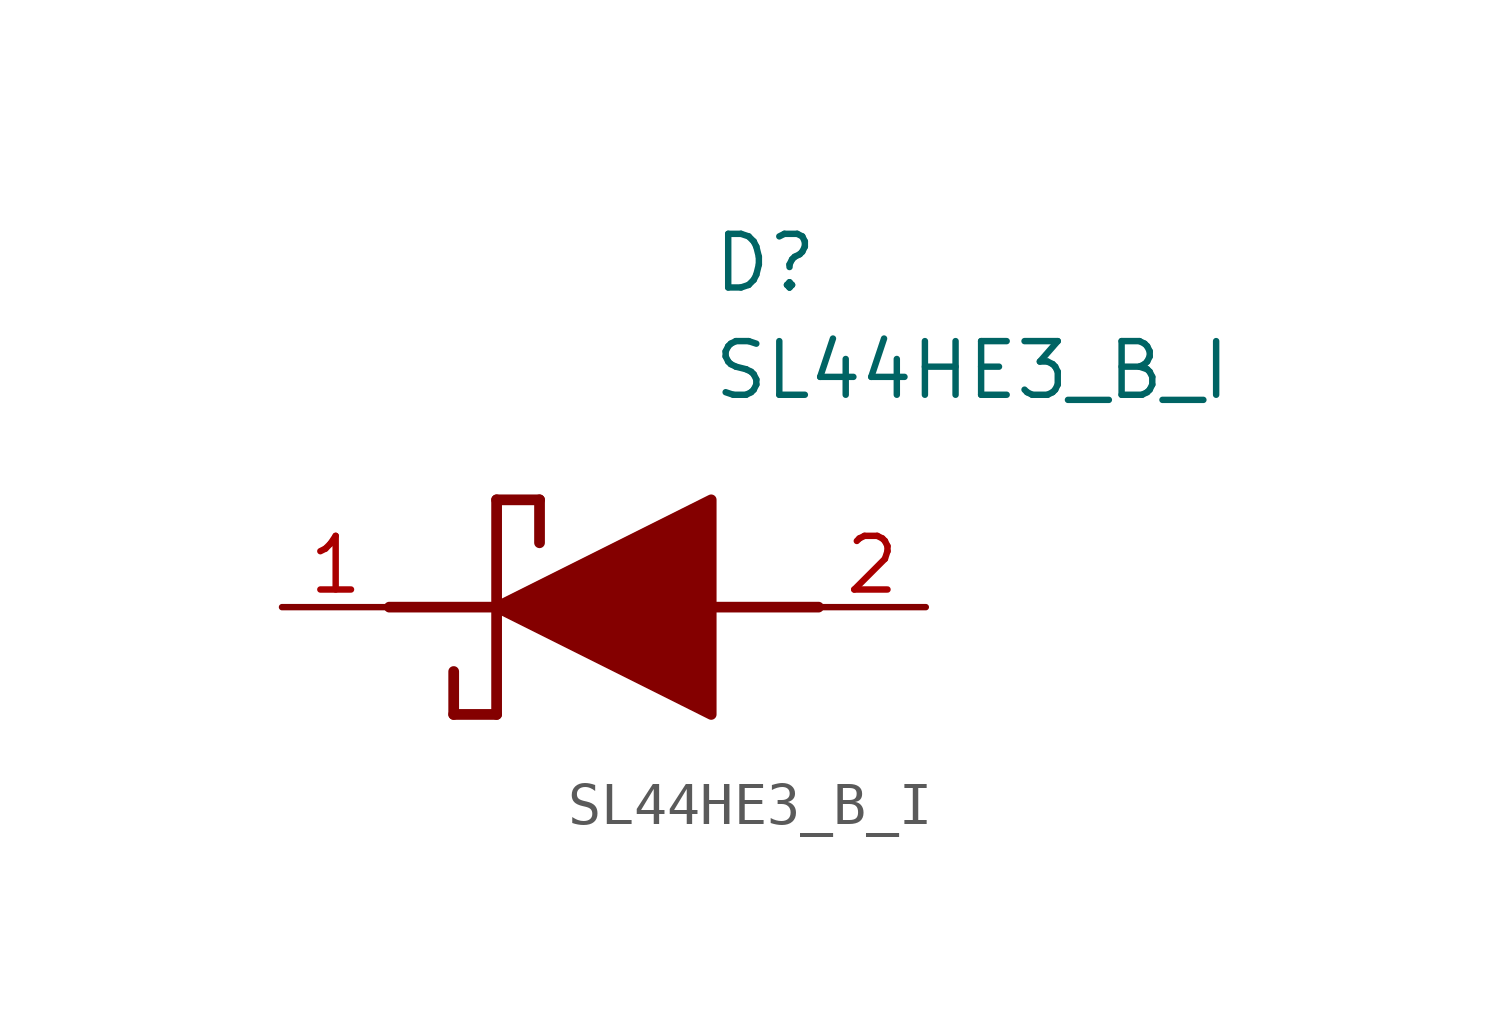
<source format=kicad_sym>
(kicad_symbol_lib
  (version 20211014)
  (generator SamacSys_ECAD_Model)
  (symbol "SL44HE3_B_I"
    (pin_names hide)
    (property "Reference" "D"
      (at 12.7 8.89 0)
      (effects (font (size 1.27 1.27)) (justify left top)))
    (property "Value" "SL44HE3_B_I"
      (at 12.7 6.35 0)
      (effects (font (size 1.27 1.27)) (justify left top)))
    (polyline
      (pts (xy 7.62 2.54) (xy 7.62 -2.54))
      (stroke (width 0.254) (type default))
      (fill (type none)))
    (polyline
      (pts (xy 7.62 2.54) (xy 8.636 2.54))
      (stroke (width 0.254) (type default))
      (fill (type none)))
    (polyline
      (pts (xy 8.636 1.524) (xy 8.636 2.54))
      (stroke (width 0.254) (type default))
      (fill (type none)))
    (polyline
      (pts (xy 7.62 -2.54) (xy 6.604 -2.54))
      (stroke (width 0.254) (type default))
      (fill (type none)))
    (polyline
      (pts (xy 6.604 -1.524) (xy 6.604 -2.54))
      (stroke (width 0.254) (type default))
      (fill (type none)))
    (polyline
      (pts (xy 5.08 0) (xy 7.62 0))
      (stroke (width 0.254) (type default))
      (fill (type none)))
    (polyline
      (pts (xy 12.7 0) (xy 15.24 0))
      (stroke (width 0.254) (type default))
      (fill (type none)))
    (polyline
      (pts (xy 7.62 0) (xy 12.7 2.54) (xy 12.7 -2.54) (xy 7.62 0))
      (stroke (width 0.254) (type default))
      (fill (type outline)))
    (pin passive line
      (at 2.54 0 0)
      (length 2.54)
      (name "K" (effects (font (size 1.27 1.27))))
      (number "1" (effects (font (size 1.27 1.27)))))
    (pin passive line
      (at 17.78 0 180)
      (length 2.54)
      (name "A" (effects (font (size 1.27 1.27))))
      (number "2" (effects (font (size 1.27 1.27)))))))
</source>
